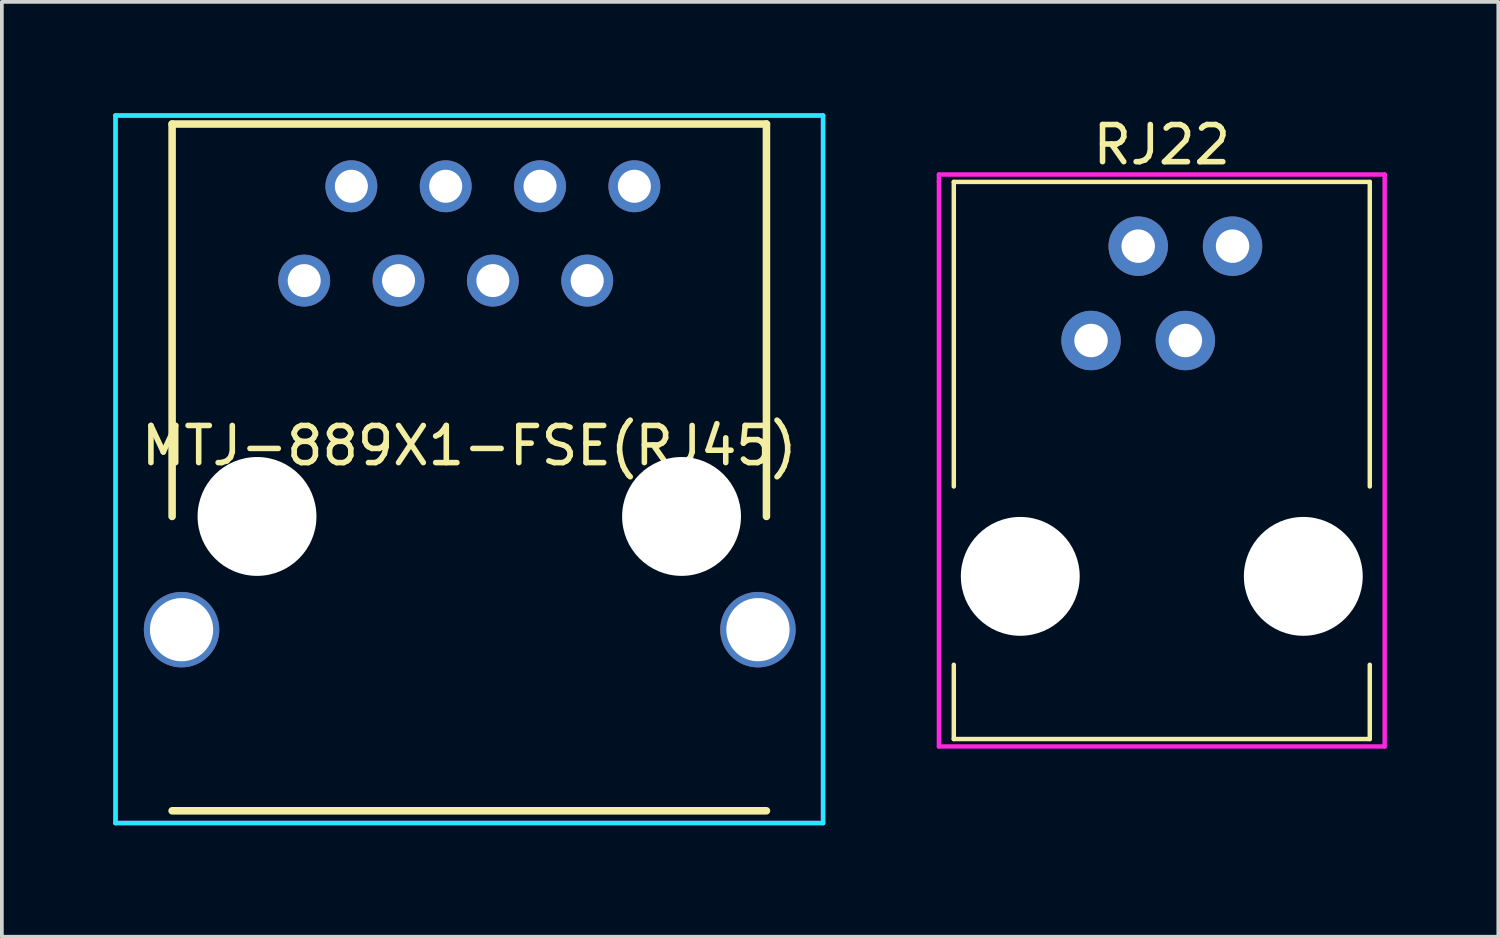
<source format=kicad_pcb>
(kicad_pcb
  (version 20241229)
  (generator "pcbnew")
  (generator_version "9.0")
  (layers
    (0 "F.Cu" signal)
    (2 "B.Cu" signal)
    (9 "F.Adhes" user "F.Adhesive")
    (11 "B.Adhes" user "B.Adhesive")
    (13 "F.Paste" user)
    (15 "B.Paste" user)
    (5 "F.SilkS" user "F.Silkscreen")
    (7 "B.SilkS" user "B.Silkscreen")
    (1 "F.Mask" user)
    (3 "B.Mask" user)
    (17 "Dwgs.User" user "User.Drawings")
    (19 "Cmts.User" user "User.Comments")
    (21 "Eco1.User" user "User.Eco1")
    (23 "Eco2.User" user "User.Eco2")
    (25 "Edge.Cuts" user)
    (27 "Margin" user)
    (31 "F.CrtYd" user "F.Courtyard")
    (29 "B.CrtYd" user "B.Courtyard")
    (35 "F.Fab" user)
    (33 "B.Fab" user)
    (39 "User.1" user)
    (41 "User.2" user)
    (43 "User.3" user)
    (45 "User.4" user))
  (footprint "RJ22"
    (layer "F.Cu")
    (at 28.23 4.848)
    (property "Reference" "RJ22" (at 0 -4 0) (layer "F.SilkS") (effects (font (size 1 1) (thickness 0.15))))
    (attr through_hole)
    (fp_line (start -5.6 -3) (end -5.6 5.2) (stroke (width 0.12) (type solid)) (layer "F.SilkS"))
    (fp_line (start -5.6 -3) (end 5.6 -3) (stroke (width 0.12) (type solid)) (layer "F.SilkS"))
    (fp_line (start -5.6 10) (end -5.6 12) (stroke (width 0.12) (type solid)) (layer "F.SilkS"))
    (fp_line (start -5.6 12) (end 5.6 12) (stroke (width 0.12) (type solid)) (layer "F.SilkS"))
    (fp_line (start 5.6 -3) (end 5.6 5.2) (stroke (width 0.12) (type solid)) (layer "F.SilkS"))
    (fp_line (start 5.6 12) (end 5.6 10) (stroke (width 0.12) (type solid)) (layer "F.SilkS"))
    (fp_line (start -6 -3.2) (end -6 -3) (stroke (width 0.12) (type solid)) (layer "F.CrtYd"))
    (fp_line (start -6 -3) (end -6 12.2) (stroke (width 0.12) (type solid)) (layer "F.CrtYd"))
    (fp_line (start -6 12.2) (end 6 12.2) (stroke (width 0.12) (type solid)) (layer "F.CrtYd"))
    (fp_line (start 6 -3.2) (end -6 -3.2) (stroke (width 0.12) (type solid)) (layer "F.CrtYd"))
    (fp_line (start 6 12.2) (end 6 -3.2) (stroke (width 0.12) (type solid)) (layer "F.CrtYd"))
    (pad "" np_thru_hole circle (at -3.81 7.62) (size 3.2 3.2) (drill 3.2) (layers "*.Cu" "*.Mask"))
    (pad "" np_thru_hole circle (at 3.81 7.62) (size 3.2 3.2) (drill 3.2) (layers "*.Cu" "*.Mask"))
    (pad "1" thru_hole circle (at -1.905 1.27) (size 1.6 1.6) (drill 0.9) (layers "*.Cu" "*.Mask"))
    (pad "2" thru_hole circle (at -0.635 -1.27) (size 1.6 1.6) (drill 0.9) (layers "*.Cu" "*.Mask"))
    (pad "3" thru_hole circle (at 0.635 1.27) (size 1.6 1.6) (drill 0.9) (layers "*.Cu" "*.Mask"))
    (pad "4" thru_hole circle (at 1.905 -1.27) (size 1.6 1.6) (drill 0.9) (layers "*.Cu" "*.Mask")))
  (footprint "MTJ-889X1-FSE(RJ45)"
    (layer "F.Cu")
    (at 9.585 10.855)
    (property "Reference" "MTJ-889X1-FSE(RJ45)" (at 0 -1.905 0) (layer "F.SilkS") (effects (font (size 1 1) (thickness 0.15))))
    (attr through_hole)
    (fp_line (start -8.001 -10.566) (end -8.001 0) (stroke (width 0.203) (type solid)) (layer "F.SilkS"))
    (fp_line (start -8.001 -10.566) (end 8.001 -10.566) (stroke (width 0.203) (type solid)) (layer "F.SilkS"))
    (fp_line (start -8.001 7.925) (end 8.001 7.925) (stroke (width 0.203) (type solid)) (layer "F.SilkS"))
    (fp_line (start 8.001 -10.566) (end 8.001 0) (stroke (width 0.203) (type solid)) (layer "F.SilkS"))
    (fp_line (start -9.525 -10.795) (end -9.525 8.255) (stroke (width 0.12) (type solid)) (layer "B.CrtYd"))
    (fp_line (start -9.525 8.255) (end 9.525 8.255) (stroke (width 0.12) (type solid)) (layer "B.CrtYd"))
    (fp_line (start 9.525 -10.795) (end -9.525 -10.795) (stroke (width 0.12) (type solid)) (layer "B.CrtYd"))
    (fp_line (start 9.525 8.255) (end 9.525 -10.795) (stroke (width 0.12) (type solid)) (layer "B.CrtYd"))
    (fp_line (start -9.525 -10.795) (end 9.525 -10.795) (stroke (width 0.12) (type solid)) (layer "F.CrtYd"))
    (fp_line (start -9.525 8.255) (end -9.525 -10.795) (stroke (width 0.12) (type solid)) (layer "F.CrtYd"))
    (fp_line (start 9.525 -10.795) (end 9.525 8.255) (stroke (width 0.12) (type solid)) (layer "F.CrtYd"))
    (fp_line (start 9.525 8.255) (end -9.525 8.255) (stroke (width 0.12) (type solid)) (layer "F.CrtYd"))
    (pad "" np_thru_hole circle (at -5.715 0) (size 3.2 3.2) (drill 3.2) (layers "*.Cu" "*.Mask"))
    (pad "" np_thru_hole circle (at 5.715 0) (size 3.2 3.2) (drill 3.2) (layers "*.Cu" "*.Mask"))
    (pad "1" thru_hole circle (at -4.445 -6.35) (size 1.397 1.397) (drill 0.889) (layers "*.Cu" "*.Mask"))
    (pad "2" thru_hole circle (at -3.175 -8.89) (size 1.397 1.397) (drill 0.889) (layers "*.Cu" "*.Mask"))
    (pad "3" thru_hole circle (at -1.905 -6.35) (size 1.397 1.397) (drill 0.889) (layers "*.Cu" "*.Mask"))
    (pad "4" thru_hole circle (at -0.635 -8.89) (size 1.397 1.397) (drill 0.889) (layers "*.Cu" "*.Mask"))
    (pad "5" thru_hole circle (at 0.635 -6.35) (size 1.397 1.397) (drill 0.889) (layers "*.Cu" "*.Mask"))
    (pad "6" thru_hole circle (at 1.905 -8.89) (size 1.397 1.397) (drill 0.889) (layers "*.Cu" "*.Mask"))
    (pad "7" thru_hole circle (at 3.175 -6.35) (size 1.397 1.397) (drill 0.889) (layers "*.Cu" "*.Mask"))
    (pad "8" thru_hole circle (at 4.445 -8.89) (size 1.397 1.397) (drill 0.889) (layers "*.Cu" "*.Mask"))
    (pad "SH" thru_hole circle (at -7.747 3.048) (size 2.032 2.032) (drill 1.702) (layers "*.Cu" "*.Mask"))
    (pad "SH" thru_hole circle (at 7.772 3.048) (size 2.032 2.032) (drill 1.702) (layers "*.Cu" "*.Mask")))
  (gr_rect
    (start -3 -3)
    (end 37.29 22.17)
    (stroke (width 0.1) (type default))
    (fill no)
    (layer "Edge.Cuts")))
</source>
